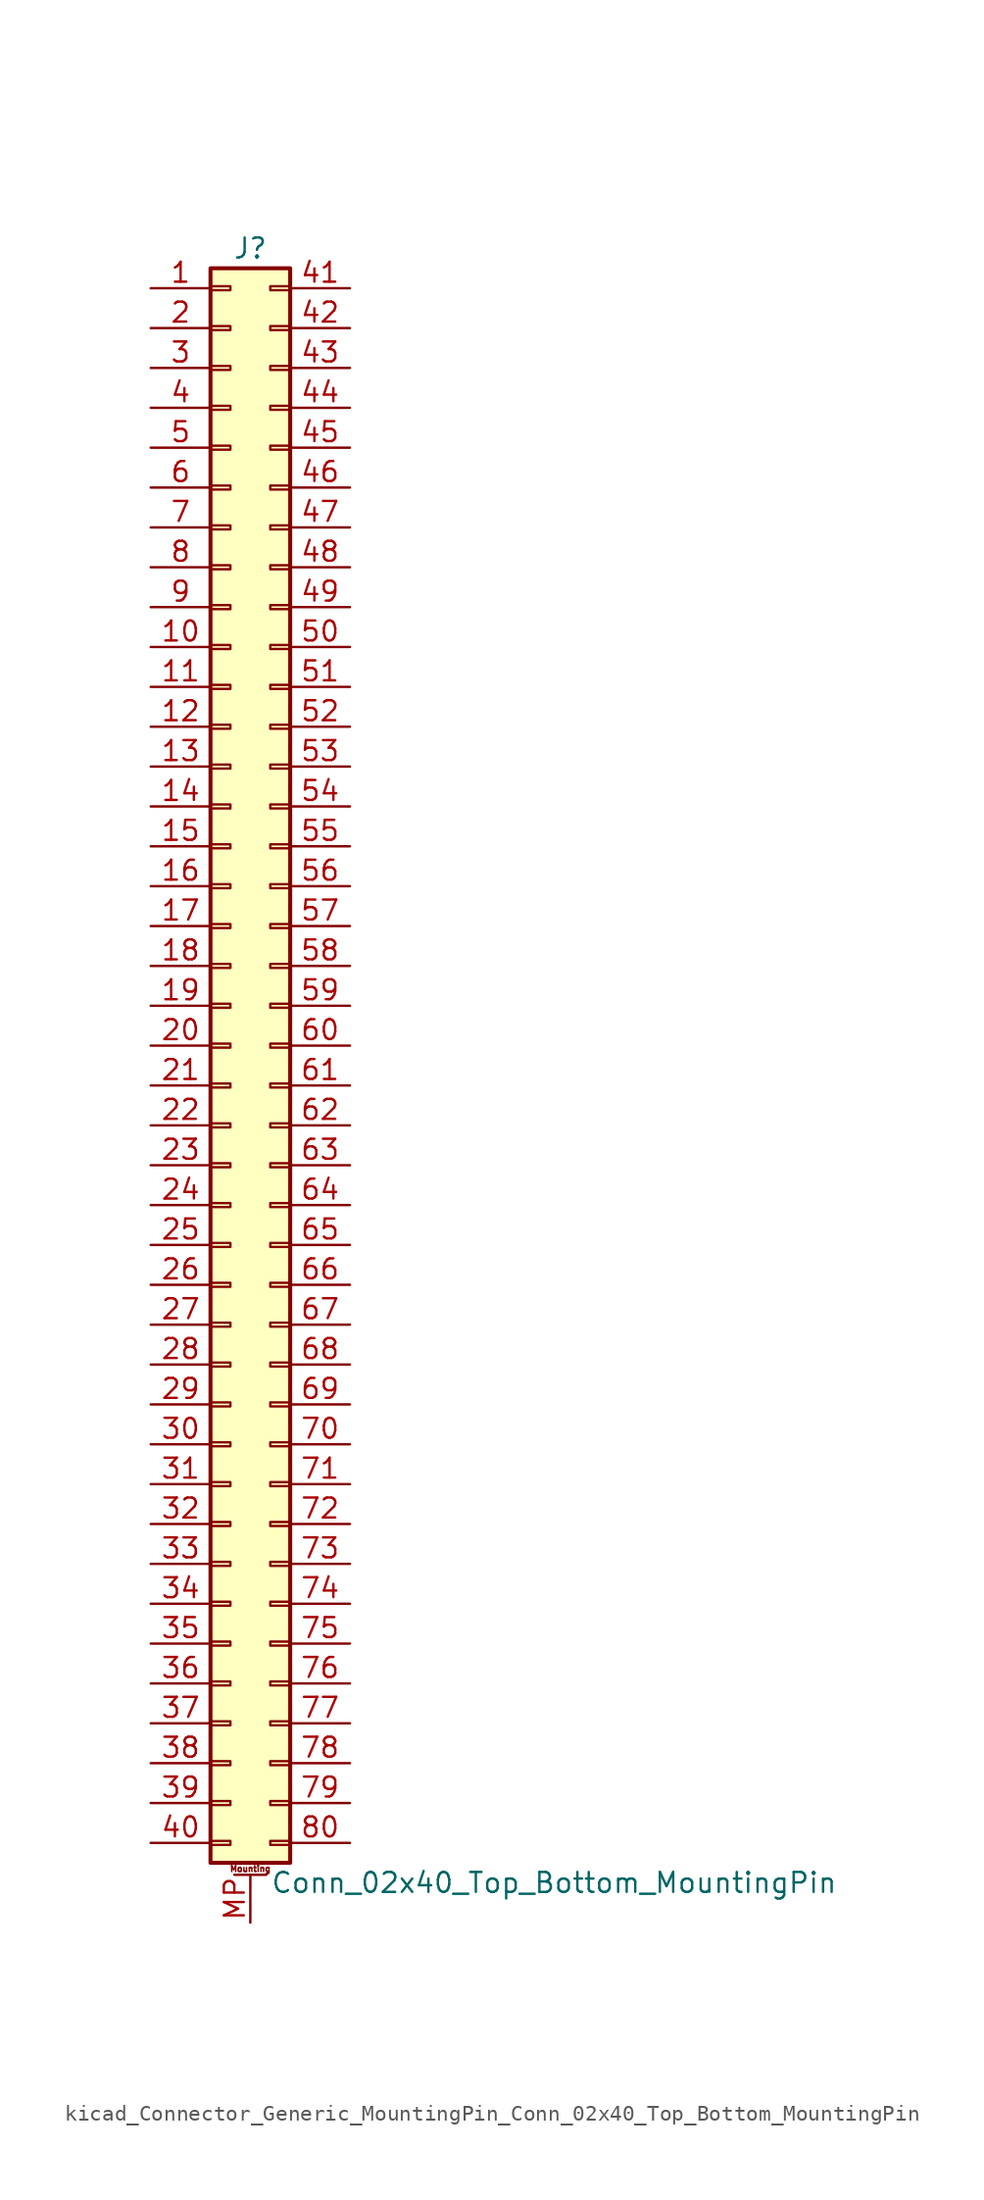
<source format=kicad_sym>
(kicad_symbol_lib
  (version 20220914)
  (generator kicad_symbol_editor)
  (symbol "kicad_Connector_Generic_MountingPin_Conn_02x40_Top_Bottom_MountingPin"
    (pin_names
      (offset 1.016) hide)
    (property "Reference" "J"
      (at 1.27 50.8 0)
      (effects (font (size 1.27 1.27))))
    (property "Value" "Conn_02x40_Top_Bottom_MountingPin"
      (at 2.54 -53.34 0)
      (effects (font (size 1.27 1.27)) (justify left)))
    (symbol "kicad_Connector_Generic_MountingPin_Conn_02x40_Top_Bottom_MountingPin_1_1"
      (rectangle (start -1.27 -50.673) (end 0 -50.927) (stroke (width 0.152) (type default)) (fill (type none)))
      (rectangle (start -1.27 -48.133) (end 0 -48.387) (stroke (width 0.152) (type default)) (fill (type none)))
      (rectangle (start -1.27 -45.593) (end 0 -45.847) (stroke (width 0.152) (type default)) (fill (type none)))
      (rectangle (start -1.27 -43.053) (end 0 -43.307) (stroke (width 0.152) (type default)) (fill (type none)))
      (rectangle (start -1.27 -40.513) (end 0 -40.767) (stroke (width 0.152) (type default)) (fill (type none)))
      (rectangle (start -1.27 -37.973) (end 0 -38.227) (stroke (width 0.152) (type default)) (fill (type none)))
      (rectangle (start -1.27 -35.433) (end 0 -35.687) (stroke (width 0.152) (type default)) (fill (type none)))
      (rectangle (start -1.27 -32.893) (end 0 -33.147) (stroke (width 0.152) (type default)) (fill (type none)))
      (rectangle (start -1.27 -30.353) (end 0 -30.607) (stroke (width 0.152) (type default)) (fill (type none)))
      (rectangle (start -1.27 -27.813) (end 0 -28.067) (stroke (width 0.152) (type default)) (fill (type none)))
      (rectangle (start -1.27 -25.273) (end 0 -25.527) (stroke (width 0.152) (type default)) (fill (type none)))
      (rectangle (start -1.27 -22.733) (end 0 -22.987) (stroke (width 0.152) (type default)) (fill (type none)))
      (rectangle (start -1.27 -20.193) (end 0 -20.447) (stroke (width 0.152) (type default)) (fill (type none)))
      (rectangle (start -1.27 -17.653) (end 0 -17.907) (stroke (width 0.152) (type default)) (fill (type none)))
      (rectangle (start -1.27 -15.113) (end 0 -15.367) (stroke (width 0.152) (type default)) (fill (type none)))
      (rectangle (start -1.27 -12.573) (end 0 -12.827) (stroke (width 0.152) (type default)) (fill (type none)))
      (rectangle (start -1.27 -10.033) (end 0 -10.287) (stroke (width 0.152) (type default)) (fill (type none)))
      (rectangle (start -1.27 -7.493) (end 0 -7.747) (stroke (width 0.152) (type default)) (fill (type none)))
      (rectangle (start -1.27 -4.953) (end 0 -5.207) (stroke (width 0.152) (type default)) (fill (type none)))
      (rectangle (start -1.27 -2.413) (end 0 -2.667) (stroke (width 0.152) (type default)) (fill (type none)))
      (rectangle (start -1.27 0.127) (end 0 -0.127) (stroke (width 0.152) (type default)) (fill (type none)))
      (rectangle (start -1.27 2.667) (end 0 2.413) (stroke (width 0.152) (type default)) (fill (type none)))
      (rectangle (start -1.27 5.207) (end 0 4.953) (stroke (width 0.152) (type default)) (fill (type none)))
      (rectangle (start -1.27 7.747) (end 0 7.493) (stroke (width 0.152) (type default)) (fill (type none)))
      (rectangle (start -1.27 10.287) (end 0 10.033) (stroke (width 0.152) (type default)) (fill (type none)))
      (rectangle (start -1.27 12.827) (end 0 12.573) (stroke (width 0.152) (type default)) (fill (type none)))
      (rectangle (start -1.27 15.367) (end 0 15.113) (stroke (width 0.152) (type default)) (fill (type none)))
      (rectangle (start -1.27 17.907) (end 0 17.653) (stroke (width 0.152) (type default)) (fill (type none)))
      (rectangle (start -1.27 20.447) (end 0 20.193) (stroke (width 0.152) (type default)) (fill (type none)))
      (rectangle (start -1.27 22.987) (end 0 22.733) (stroke (width 0.152) (type default)) (fill (type none)))
      (rectangle (start -1.27 25.527) (end 0 25.273) (stroke (width 0.152) (type default)) (fill (type none)))
      (rectangle (start -1.27 28.067) (end 0 27.813) (stroke (width 0.152) (type default)) (fill (type none)))
      (rectangle (start -1.27 30.607) (end 0 30.353) (stroke (width 0.152) (type default)) (fill (type none)))
      (rectangle (start -1.27 33.147) (end 0 32.893) (stroke (width 0.152) (type default)) (fill (type none)))
      (rectangle (start -1.27 35.687) (end 0 35.433) (stroke (width 0.152) (type default)) (fill (type none)))
      (rectangle (start -1.27 38.227) (end 0 37.973) (stroke (width 0.152) (type default)) (fill (type none)))
      (rectangle (start -1.27 40.767) (end 0 40.513) (stroke (width 0.152) (type default)) (fill (type none)))
      (rectangle (start -1.27 43.307) (end 0 43.053) (stroke (width 0.152) (type default)) (fill (type none)))
      (rectangle (start -1.27 45.847) (end 0 45.593) (stroke (width 0.152) (type default)) (fill (type none)))
      (rectangle (start -1.27 48.387) (end 0 48.133) (stroke (width 0.152) (type default)) (fill (type none)))
      (rectangle (start -1.27 49.53) (end 3.81 -52.07) (stroke (width 0.254) (type default)) (fill (type background)))
      (polyline (pts (xy 0.254 -52.832) (xy 2.286 -52.832)) (stroke (width 0.152) (type default)) (fill (type none)))
      (rectangle (start 3.81 -50.673) (end 2.54 -50.927) (stroke (width 0.152) (type default)) (fill (type none)))
      (rectangle (start 3.81 -48.133) (end 2.54 -48.387) (stroke (width 0.152) (type default)) (fill (type none)))
      (rectangle (start 3.81 -45.593) (end 2.54 -45.847) (stroke (width 0.152) (type default)) (fill (type none)))
      (rectangle (start 3.81 -43.053) (end 2.54 -43.307) (stroke (width 0.152) (type default)) (fill (type none)))
      (rectangle (start 3.81 -40.513) (end 2.54 -40.767) (stroke (width 0.152) (type default)) (fill (type none)))
      (rectangle (start 3.81 -37.973) (end 2.54 -38.227) (stroke (width 0.152) (type default)) (fill (type none)))
      (rectangle (start 3.81 -35.433) (end 2.54 -35.687) (stroke (width 0.152) (type default)) (fill (type none)))
      (rectangle (start 3.81 -32.893) (end 2.54 -33.147) (stroke (width 0.152) (type default)) (fill (type none)))
      (rectangle (start 3.81 -30.353) (end 2.54 -30.607) (stroke (width 0.152) (type default)) (fill (type none)))
      (rectangle (start 3.81 -27.813) (end 2.54 -28.067) (stroke (width 0.152) (type default)) (fill (type none)))
      (rectangle (start 3.81 -25.273) (end 2.54 -25.527) (stroke (width 0.152) (type default)) (fill (type none)))
      (rectangle (start 3.81 -22.733) (end 2.54 -22.987) (stroke (width 0.152) (type default)) (fill (type none)))
      (rectangle (start 3.81 -20.193) (end 2.54 -20.447) (stroke (width 0.152) (type default)) (fill (type none)))
      (rectangle (start 3.81 -17.653) (end 2.54 -17.907) (stroke (width 0.152) (type default)) (fill (type none)))
      (rectangle (start 3.81 -15.113) (end 2.54 -15.367) (stroke (width 0.152) (type default)) (fill (type none)))
      (rectangle (start 3.81 -12.573) (end 2.54 -12.827) (stroke (width 0.152) (type default)) (fill (type none)))
      (rectangle (start 3.81 -10.033) (end 2.54 -10.287) (stroke (width 0.152) (type default)) (fill (type none)))
      (rectangle (start 3.81 -7.493) (end 2.54 -7.747) (stroke (width 0.152) (type default)) (fill (type none)))
      (rectangle (start 3.81 -4.953) (end 2.54 -5.207) (stroke (width 0.152) (type default)) (fill (type none)))
      (rectangle (start 3.81 -2.413) (end 2.54 -2.667) (stroke (width 0.152) (type default)) (fill (type none)))
      (rectangle (start 3.81 0.127) (end 2.54 -0.127) (stroke (width 0.152) (type default)) (fill (type none)))
      (rectangle (start 3.81 2.667) (end 2.54 2.413) (stroke (width 0.152) (type default)) (fill (type none)))
      (rectangle (start 3.81 5.207) (end 2.54 4.953) (stroke (width 0.152) (type default)) (fill (type none)))
      (rectangle (start 3.81 7.747) (end 2.54 7.493) (stroke (width 0.152) (type default)) (fill (type none)))
      (rectangle (start 3.81 10.287) (end 2.54 10.033) (stroke (width 0.152) (type default)) (fill (type none)))
      (rectangle (start 3.81 12.827) (end 2.54 12.573) (stroke (width 0.152) (type default)) (fill (type none)))
      (rectangle (start 3.81 15.367) (end 2.54 15.113) (stroke (width 0.152) (type default)) (fill (type none)))
      (rectangle (start 3.81 17.907) (end 2.54 17.653) (stroke (width 0.152) (type default)) (fill (type none)))
      (rectangle (start 3.81 20.447) (end 2.54 20.193) (stroke (width 0.152) (type default)) (fill (type none)))
      (rectangle (start 3.81 22.987) (end 2.54 22.733) (stroke (width 0.152) (type default)) (fill (type none)))
      (rectangle (start 3.81 25.527) (end 2.54 25.273) (stroke (width 0.152) (type default)) (fill (type none)))
      (rectangle (start 3.81 28.067) (end 2.54 27.813) (stroke (width 0.152) (type default)) (fill (type none)))
      (rectangle (start 3.81 30.607) (end 2.54 30.353) (stroke (width 0.152) (type default)) (fill (type none)))
      (rectangle (start 3.81 33.147) (end 2.54 32.893) (stroke (width 0.152) (type default)) (fill (type none)))
      (rectangle (start 3.81 35.687) (end 2.54 35.433) (stroke (width 0.152) (type default)) (fill (type none)))
      (rectangle (start 3.81 38.227) (end 2.54 37.973) (stroke (width 0.152) (type default)) (fill (type none)))
      (rectangle (start 3.81 40.767) (end 2.54 40.513) (stroke (width 0.152) (type default)) (fill (type none)))
      (rectangle (start 3.81 43.307) (end 2.54 43.053) (stroke (width 0.152) (type default)) (fill (type none)))
      (rectangle (start 3.81 45.847) (end 2.54 45.593) (stroke (width 0.152) (type default)) (fill (type none)))
      (rectangle (start 3.81 48.387) (end 2.54 48.133) (stroke (width 0.152) (type default)) (fill (type none)))
      (text "Mounting" (at 1.27 -52.451 0) (effects (font (size 0.381 0.381))))
      (pin passive line (at -5.08 48.26 0) (length 3.81) (name "Pin_1" (effects (font (size 1.27 1.27)))) (number "1" (effects (font (size 1.27 1.27)))))
      (pin passive line (at -5.08 25.4 0) (length 3.81) (name "Pin_10" (effects (font (size 1.27 1.27)))) (number "10" (effects (font (size 1.27 1.27)))))
      (pin passive line (at -5.08 22.86 0) (length 3.81) (name "Pin_11" (effects (font (size 1.27 1.27)))) (number "11" (effects (font (size 1.27 1.27)))))
      (pin passive line (at -5.08 20.32 0) (length 3.81) (name "Pin_12" (effects (font (size 1.27 1.27)))) (number "12" (effects (font (size 1.27 1.27)))))
      (pin passive line (at -5.08 17.78 0) (length 3.81) (name "Pin_13" (effects (font (size 1.27 1.27)))) (number "13" (effects (font (size 1.27 1.27)))))
      (pin passive line (at -5.08 15.24 0) (length 3.81) (name "Pin_14" (effects (font (size 1.27 1.27)))) (number "14" (effects (font (size 1.27 1.27)))))
      (pin passive line (at -5.08 12.7 0) (length 3.81) (name "Pin_15" (effects (font (size 1.27 1.27)))) (number "15" (effects (font (size 1.27 1.27)))))
      (pin passive line (at -5.08 10.16 0) (length 3.81) (name "Pin_16" (effects (font (size 1.27 1.27)))) (number "16" (effects (font (size 1.27 1.27)))))
      (pin passive line (at -5.08 7.62 0) (length 3.81) (name "Pin_17" (effects (font (size 1.27 1.27)))) (number "17" (effects (font (size 1.27 1.27)))))
      (pin passive line (at -5.08 5.08 0) (length 3.81) (name "Pin_18" (effects (font (size 1.27 1.27)))) (number "18" (effects (font (size 1.27 1.27)))))
      (pin passive line (at -5.08 2.54 0) (length 3.81) (name "Pin_19" (effects (font (size 1.27 1.27)))) (number "19" (effects (font (size 1.27 1.27)))))
      (pin passive line (at -5.08 45.72 0) (length 3.81) (name "Pin_2" (effects (font (size 1.27 1.27)))) (number "2" (effects (font (size 1.27 1.27)))))
      (pin passive line (at -5.08 0 0) (length 3.81) (name "Pin_20" (effects (font (size 1.27 1.27)))) (number "20" (effects (font (size 1.27 1.27)))))
      (pin passive line (at -5.08 -2.54 0) (length 3.81) (name "Pin_21" (effects (font (size 1.27 1.27)))) (number "21" (effects (font (size 1.27 1.27)))))
      (pin passive line (at -5.08 -5.08 0) (length 3.81) (name "Pin_22" (effects (font (size 1.27 1.27)))) (number "22" (effects (font (size 1.27 1.27)))))
      (pin passive line (at -5.08 -7.62 0) (length 3.81) (name "Pin_23" (effects (font (size 1.27 1.27)))) (number "23" (effects (font (size 1.27 1.27)))))
      (pin passive line (at -5.08 -10.16 0) (length 3.81) (name "Pin_24" (effects (font (size 1.27 1.27)))) (number "24" (effects (font (size 1.27 1.27)))))
      (pin passive line (at -5.08 -12.7 0) (length 3.81) (name "Pin_25" (effects (font (size 1.27 1.27)))) (number "25" (effects (font (size 1.27 1.27)))))
      (pin passive line (at -5.08 -15.24 0) (length 3.81) (name "Pin_26" (effects (font (size 1.27 1.27)))) (number "26" (effects (font (size 1.27 1.27)))))
      (pin passive line (at -5.08 -17.78 0) (length 3.81) (name "Pin_27" (effects (font (size 1.27 1.27)))) (number "27" (effects (font (size 1.27 1.27)))))
      (pin passive line (at -5.08 -20.32 0) (length 3.81) (name "Pin_28" (effects (font (size 1.27 1.27)))) (number "28" (effects (font (size 1.27 1.27)))))
      (pin passive line (at -5.08 -22.86 0) (length 3.81) (name "Pin_29" (effects (font (size 1.27 1.27)))) (number "29" (effects (font (size 1.27 1.27)))))
      (pin passive line (at -5.08 43.18 0) (length 3.81) (name "Pin_3" (effects (font (size 1.27 1.27)))) (number "3" (effects (font (size 1.27 1.27)))))
      (pin passive line (at -5.08 -25.4 0) (length 3.81) (name "Pin_30" (effects (font (size 1.27 1.27)))) (number "30" (effects (font (size 1.27 1.27)))))
      (pin passive line (at -5.08 -27.94 0) (length 3.81) (name "Pin_31" (effects (font (size 1.27 1.27)))) (number "31" (effects (font (size 1.27 1.27)))))
      (pin passive line (at -5.08 -30.48 0) (length 3.81) (name "Pin_32" (effects (font (size 1.27 1.27)))) (number "32" (effects (font (size 1.27 1.27)))))
      (pin passive line (at -5.08 -33.02 0) (length 3.81) (name "Pin_33" (effects (font (size 1.27 1.27)))) (number "33" (effects (font (size 1.27 1.27)))))
      (pin passive line (at -5.08 -35.56 0) (length 3.81) (name "Pin_34" (effects (font (size 1.27 1.27)))) (number "34" (effects (font (size 1.27 1.27)))))
      (pin passive line (at -5.08 -38.1 0) (length 3.81) (name "Pin_35" (effects (font (size 1.27 1.27)))) (number "35" (effects (font (size 1.27 1.27)))))
      (pin passive line (at -5.08 -40.64 0) (length 3.81) (name "Pin_36" (effects (font (size 1.27 1.27)))) (number "36" (effects (font (size 1.27 1.27)))))
      (pin passive line (at -5.08 -43.18 0) (length 3.81) (name "Pin_37" (effects (font (size 1.27 1.27)))) (number "37" (effects (font (size 1.27 1.27)))))
      (pin passive line (at -5.08 -45.72 0) (length 3.81) (name "Pin_38" (effects (font (size 1.27 1.27)))) (number "38" (effects (font (size 1.27 1.27)))))
      (pin passive line (at -5.08 -48.26 0) (length 3.81) (name "Pin_39" (effects (font (size 1.27 1.27)))) (number "39" (effects (font (size 1.27 1.27)))))
      (pin passive line (at -5.08 40.64 0) (length 3.81) (name "Pin_4" (effects (font (size 1.27 1.27)))) (number "4" (effects (font (size 1.27 1.27)))))
      (pin passive line (at -5.08 -50.8 0) (length 3.81) (name "Pin_40" (effects (font (size 1.27 1.27)))) (number "40" (effects (font (size 1.27 1.27)))))
      (pin passive line (at 7.62 48.26 180) (length 3.81) (name "Pin_41" (effects (font (size 1.27 1.27)))) (number "41" (effects (font (size 1.27 1.27)))))
      (pin passive line (at 7.62 45.72 180) (length 3.81) (name "Pin_42" (effects (font (size 1.27 1.27)))) (number "42" (effects (font (size 1.27 1.27)))))
      (pin passive line (at 7.62 43.18 180) (length 3.81) (name "Pin_43" (effects (font (size 1.27 1.27)))) (number "43" (effects (font (size 1.27 1.27)))))
      (pin passive line (at 7.62 40.64 180) (length 3.81) (name "Pin_44" (effects (font (size 1.27 1.27)))) (number "44" (effects (font (size 1.27 1.27)))))
      (pin passive line (at 7.62 38.1 180) (length 3.81) (name "Pin_45" (effects (font (size 1.27 1.27)))) (number "45" (effects (font (size 1.27 1.27)))))
      (pin passive line (at 7.62 35.56 180) (length 3.81) (name "Pin_46" (effects (font (size 1.27 1.27)))) (number "46" (effects (font (size 1.27 1.27)))))
      (pin passive line (at 7.62 33.02 180) (length 3.81) (name "Pin_47" (effects (font (size 1.27 1.27)))) (number "47" (effects (font (size 1.27 1.27)))))
      (pin passive line (at 7.62 30.48 180) (length 3.81) (name "Pin_48" (effects (font (size 1.27 1.27)))) (number "48" (effects (font (size 1.27 1.27)))))
      (pin passive line (at 7.62 27.94 180) (length 3.81) (name "Pin_49" (effects (font (size 1.27 1.27)))) (number "49" (effects (font (size 1.27 1.27)))))
      (pin passive line (at -5.08 38.1 0) (length 3.81) (name "Pin_5" (effects (font (size 1.27 1.27)))) (number "5" (effects (font (size 1.27 1.27)))))
      (pin passive line (at 7.62 25.4 180) (length 3.81) (name "Pin_50" (effects (font (size 1.27 1.27)))) (number "50" (effects (font (size 1.27 1.27)))))
      (pin passive line (at 7.62 22.86 180) (length 3.81) (name "Pin_51" (effects (font (size 1.27 1.27)))) (number "51" (effects (font (size 1.27 1.27)))))
      (pin passive line (at 7.62 20.32 180) (length 3.81) (name "Pin_52" (effects (font (size 1.27 1.27)))) (number "52" (effects (font (size 1.27 1.27)))))
      (pin passive line (at 7.62 17.78 180) (length 3.81) (name "Pin_53" (effects (font (size 1.27 1.27)))) (number "53" (effects (font (size 1.27 1.27)))))
      (pin passive line (at 7.62 15.24 180) (length 3.81) (name "Pin_54" (effects (font (size 1.27 1.27)))) (number "54" (effects (font (size 1.27 1.27)))))
      (pin passive line (at 7.62 12.7 180) (length 3.81) (name "Pin_55" (effects (font (size 1.27 1.27)))) (number "55" (effects (font (size 1.27 1.27)))))
      (pin passive line (at 7.62 10.16 180) (length 3.81) (name "Pin_56" (effects (font (size 1.27 1.27)))) (number "56" (effects (font (size 1.27 1.27)))))
      (pin passive line (at 7.62 7.62 180) (length 3.81) (name "Pin_57" (effects (font (size 1.27 1.27)))) (number "57" (effects (font (size 1.27 1.27)))))
      (pin passive line (at 7.62 5.08 180) (length 3.81) (name "Pin_58" (effects (font (size 1.27 1.27)))) (number "58" (effects (font (size 1.27 1.27)))))
      (pin passive line (at 7.62 2.54 180) (length 3.81) (name "Pin_59" (effects (font (size 1.27 1.27)))) (number "59" (effects (font (size 1.27 1.27)))))
      (pin passive line (at -5.08 35.56 0) (length 3.81) (name "Pin_6" (effects (font (size 1.27 1.27)))) (number "6" (effects (font (size 1.27 1.27)))))
      (pin passive line (at 7.62 0 180) (length 3.81) (name "Pin_60" (effects (font (size 1.27 1.27)))) (number "60" (effects (font (size 1.27 1.27)))))
      (pin passive line (at 7.62 -2.54 180) (length 3.81) (name "Pin_61" (effects (font (size 1.27 1.27)))) (number "61" (effects (font (size 1.27 1.27)))))
      (pin passive line (at 7.62 -5.08 180) (length 3.81) (name "Pin_62" (effects (font (size 1.27 1.27)))) (number "62" (effects (font (size 1.27 1.27)))))
      (pin passive line (at 7.62 -7.62 180) (length 3.81) (name "Pin_63" (effects (font (size 1.27 1.27)))) (number "63" (effects (font (size 1.27 1.27)))))
      (pin passive line (at 7.62 -10.16 180) (length 3.81) (name "Pin_64" (effects (font (size 1.27 1.27)))) (number "64" (effects (font (size 1.27 1.27)))))
      (pin passive line (at 7.62 -12.7 180) (length 3.81) (name "Pin_65" (effects (font (size 1.27 1.27)))) (number "65" (effects (font (size 1.27 1.27)))))
      (pin passive line (at 7.62 -15.24 180) (length 3.81) (name "Pin_66" (effects (font (size 1.27 1.27)))) (number "66" (effects (font (size 1.27 1.27)))))
      (pin passive line (at 7.62 -17.78 180) (length 3.81) (name "Pin_67" (effects (font (size 1.27 1.27)))) (number "67" (effects (font (size 1.27 1.27)))))
      (pin passive line (at 7.62 -20.32 180) (length 3.81) (name "Pin_68" (effects (font (size 1.27 1.27)))) (number "68" (effects (font (size 1.27 1.27)))))
      (pin passive line (at 7.62 -22.86 180) (length 3.81) (name "Pin_69" (effects (font (size 1.27 1.27)))) (number "69" (effects (font (size 1.27 1.27)))))
      (pin passive line (at -5.08 33.02 0) (length 3.81) (name "Pin_7" (effects (font (size 1.27 1.27)))) (number "7" (effects (font (size 1.27 1.27)))))
      (pin passive line (at 7.62 -25.4 180) (length 3.81) (name "Pin_70" (effects (font (size 1.27 1.27)))) (number "70" (effects (font (size 1.27 1.27)))))
      (pin passive line (at 7.62 -27.94 180) (length 3.81) (name "Pin_71" (effects (font (size 1.27 1.27)))) (number "71" (effects (font (size 1.27 1.27)))))
      (pin passive line (at 7.62 -30.48 180) (length 3.81) (name "Pin_72" (effects (font (size 1.27 1.27)))) (number "72" (effects (font (size 1.27 1.27)))))
      (pin passive line (at 7.62 -33.02 180) (length 3.81) (name "Pin_73" (effects (font (size 1.27 1.27)))) (number "73" (effects (font (size 1.27 1.27)))))
      (pin passive line (at 7.62 -35.56 180) (length 3.81) (name "Pin_74" (effects (font (size 1.27 1.27)))) (number "74" (effects (font (size 1.27 1.27)))))
      (pin passive line (at 7.62 -38.1 180) (length 3.81) (name "Pin_75" (effects (font (size 1.27 1.27)))) (number "75" (effects (font (size 1.27 1.27)))))
      (pin passive line (at 7.62 -40.64 180) (length 3.81) (name "Pin_76" (effects (font (size 1.27 1.27)))) (number "76" (effects (font (size 1.27 1.27)))))
      (pin passive line (at 7.62 -43.18 180) (length 3.81) (name "Pin_77" (effects (font (size 1.27 1.27)))) (number "77" (effects (font (size 1.27 1.27)))))
      (pin passive line (at 7.62 -45.72 180) (length 3.81) (name "Pin_78" (effects (font (size 1.27 1.27)))) (number "78" (effects (font (size 1.27 1.27)))))
      (pin passive line (at 7.62 -48.26 180) (length 3.81) (name "Pin_79" (effects (font (size 1.27 1.27)))) (number "79" (effects (font (size 1.27 1.27)))))
      (pin passive line (at -5.08 30.48 0) (length 3.81) (name "Pin_8" (effects (font (size 1.27 1.27)))) (number "8" (effects (font (size 1.27 1.27)))))
      (pin passive line (at 7.62 -50.8 180) (length 3.81) (name "Pin_80" (effects (font (size 1.27 1.27)))) (number "80" (effects (font (size 1.27 1.27)))))
      (pin passive line (at -5.08 27.94 0) (length 3.81) (name "Pin_9" (effects (font (size 1.27 1.27)))) (number "9" (effects (font (size 1.27 1.27)))))
      (pin passive line (at 1.27 -55.88 90) (length 3.048) (name "MountPin" (effects (font (size 1.27 1.27)))) (number "MP" (effects (font (size 1.27 1.27))))))))
</source>
